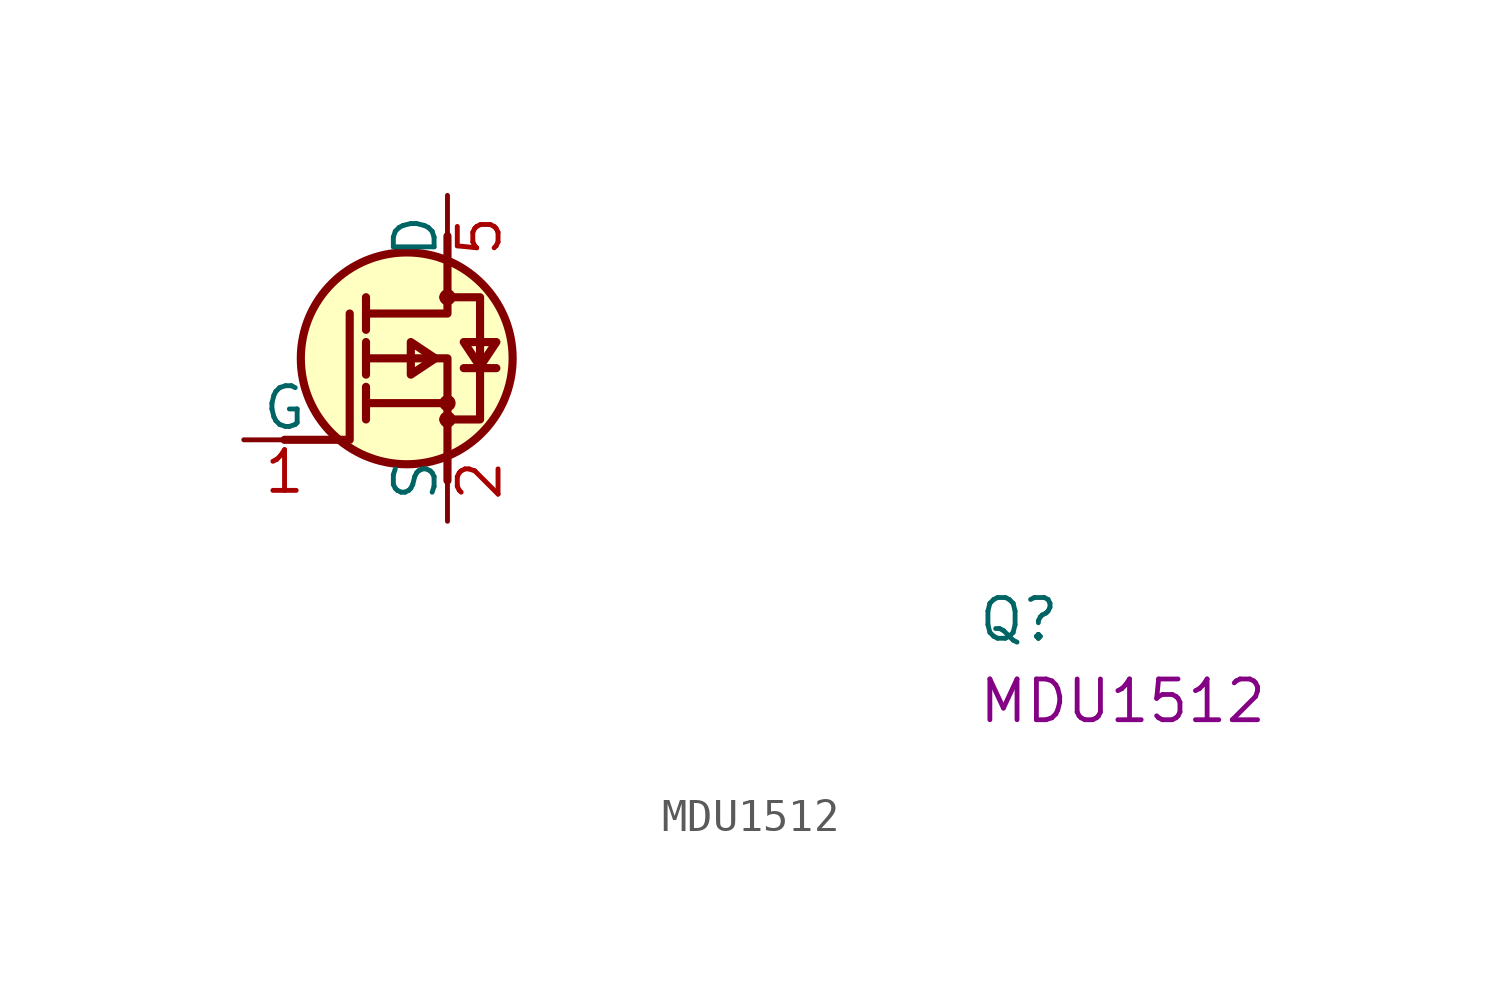
<source format=kicad_sym>
(kicad_symbol_lib
  (version 20220914)
  (generator kicad_symbol_editor)
  (symbol "MDU1512"
    (pin_names
      (offset 0))
    (property "Reference" "Q"
      (at 22.86 -6.35 0)
      (effects (font (size 1.27 1.27) (thickness 0.15)) (justify left bottom)))
    (property "MPN" "MDU1512"
      (at 22.86 -8.89 0)
      (effects (font (size 1.27 1.27) (thickness 0.15)) (justify left bottom)))
    (symbol "MDU1512_1_1"
      (polyline (pts (xy 3.81 1.143) (xy 3.81 0.635)) (stroke (width 0.254) (type default)) (fill (type background)))
      (polyline (pts (xy 3.81 1.143) (xy 3.81 1.651)) (stroke (width 0.254) (type default)) (fill (type background)))
      (polyline (pts (xy 3.81 2.54) (xy 3.81 2.032)) (stroke (width 0.254) (type default)) (fill (type background)))
      (polyline (pts (xy 3.81 2.54) (xy 3.81 3.048)) (stroke (width 0.254) (type default)) (fill (type background)))
      (polyline (pts (xy 3.81 4.445) (xy 3.81 3.429)) (stroke (width 0.254) (type default)) (fill (type background)))
      (polyline (pts (xy 6.35 1.143) (xy 3.81 1.143)) (stroke (width 0.254) (type default)) (fill (type background)))
      (polyline (pts (xy 7.874 2.235) (xy 6.858 2.235)) (stroke (width 0.254) (type default)) (fill (type background)))
      (polyline (pts (xy 1.27 0) (xy 3.302 0) (xy 3.302 3.937)) (stroke (width 0.254) (type default)) (fill (type none)))
      (polyline (pts (xy 6.35 -1.27) (xy 6.35 2.54) (xy 3.81 2.54)) (stroke (width 0.254) (type default)) (fill (type none)))
      (polyline (pts (xy 6.35 6.35) (xy 6.35 3.937) (xy 3.81 3.937)) (stroke (width 0.254) (type default)) (fill (type none)))
      (polyline (pts (xy 5.969 2.54) (xy 5.207 3.048) (xy 5.207 2.032) (xy 5.969 2.54)) (stroke (width 0.254) (type default)) (fill (type background)))
      (polyline (pts (xy 7.366 2.286) (xy 6.858 3.048) (xy 7.874 3.048) (xy 7.366 2.286)) (stroke (width 0.254) (type default)) (fill (type background)))
      (polyline (pts (xy 6.223 0.635) (xy 7.366 0.635) (xy 7.366 3.937) (xy 7.366 4.445) (xy 6.223 4.445)) (stroke (width 0.254) (type default)) (fill (type background)))
      (circle (center 5.08 2.54) (radius 3.302) (stroke (width 0.254) (type default)) (fill (type background)))
      (circle (center 6.35 0.635) (radius 0.127) (stroke (width 0.254) (type default)) (fill (type background)))
      (circle (center 6.35 1.143) (radius 0.127) (stroke (width 0.254) (type default)) (fill (type background)))
      (circle (center 6.35 4.445) (radius 0.127) (stroke (width 0.254) (type default)) (fill (type background)))
      (pin bidirectional line (at 0 0 0) (length 2.54) (name "G" (effects (font (size 1.27 1.27)))) (number "1" (effects (font (size 1.27 1.27)))))
      (pin bidirectional line (at 6.35 -2.54 90) (length 2.54) (name "S" (effects (font (size 1.27 1.27)))) (number "2" (effects (font (size 1.27 1.27)))))
      (pin bidirectional line (at 6.35 -2.54 90) (length 2.54) hide (name "S" (effects (font (size 1.27 1.27)))) (number "3" (effects (font (size 1.27 1.27)))))
      (pin bidirectional line (at 6.35 -2.54 90) (length 2.54) hide (name "S" (effects (font (size 1.27 1.27)))) (number "4" (effects (font (size 1.27 1.27)))))
      (pin bidirectional line (at 6.35 7.62 270) (length 2.54) (name "D" (effects (font (size 1.27 1.27)))) (number "5" (effects (font (size 1.27 1.27))))))))
</source>
